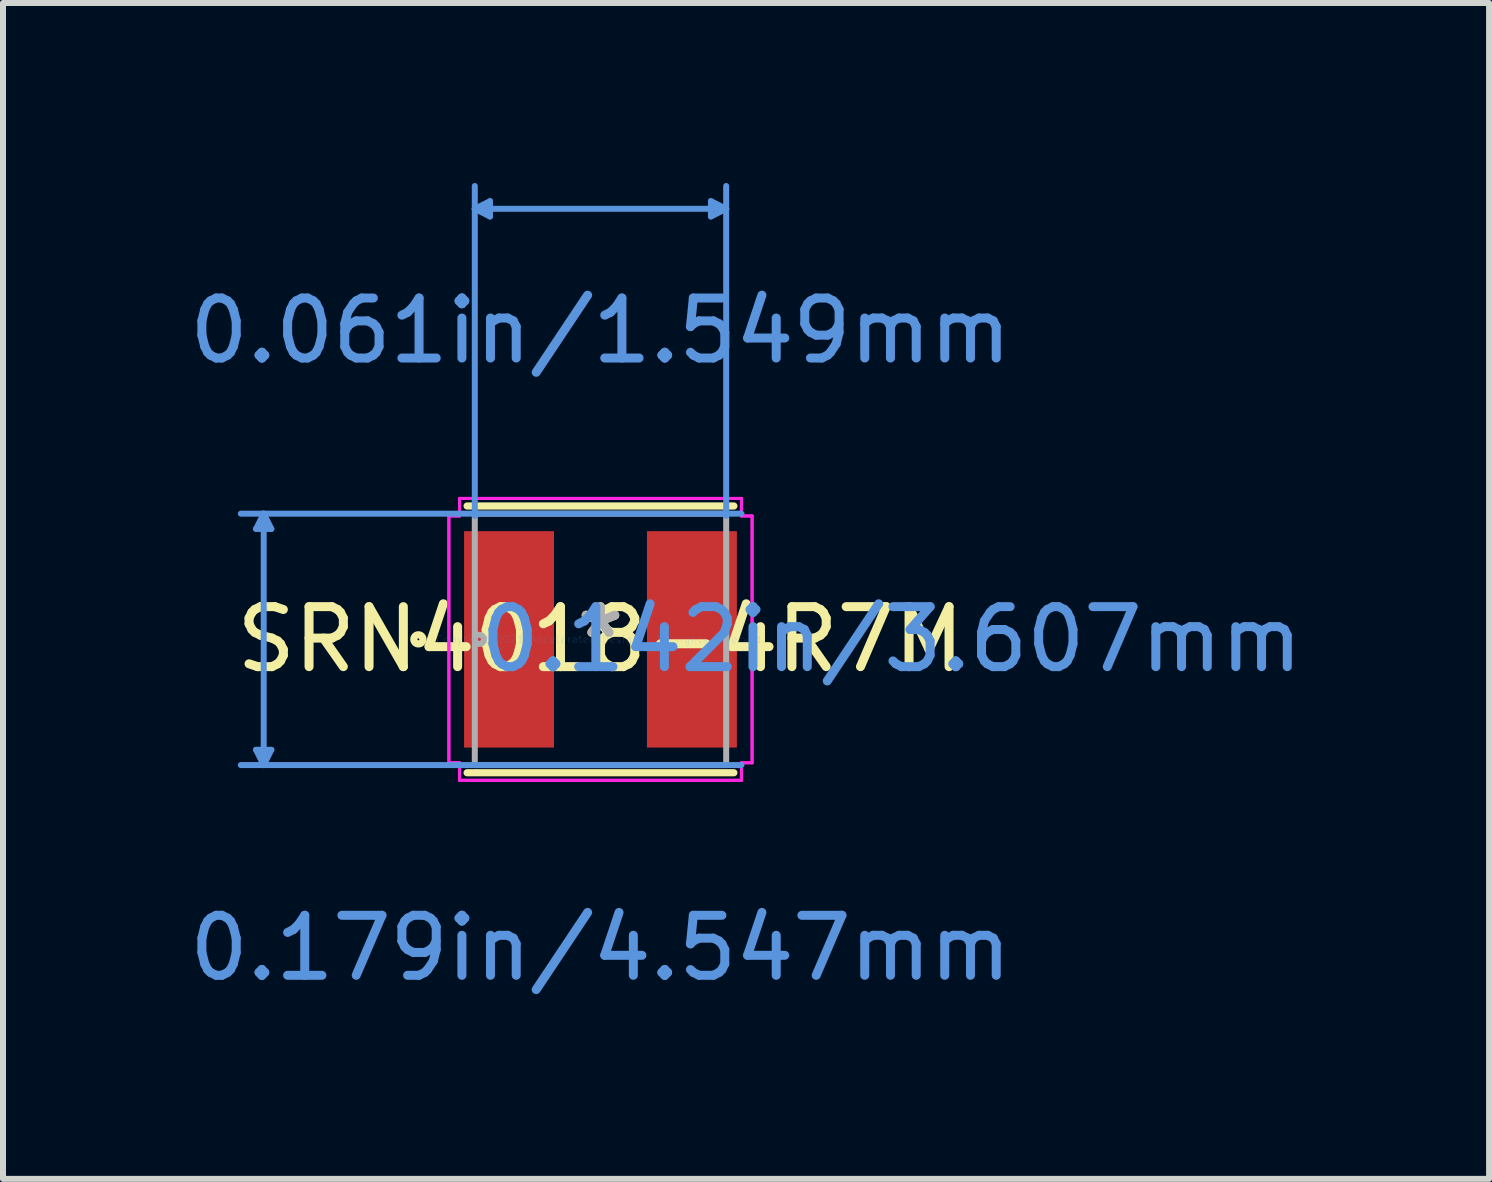
<source format=kicad_pcb>
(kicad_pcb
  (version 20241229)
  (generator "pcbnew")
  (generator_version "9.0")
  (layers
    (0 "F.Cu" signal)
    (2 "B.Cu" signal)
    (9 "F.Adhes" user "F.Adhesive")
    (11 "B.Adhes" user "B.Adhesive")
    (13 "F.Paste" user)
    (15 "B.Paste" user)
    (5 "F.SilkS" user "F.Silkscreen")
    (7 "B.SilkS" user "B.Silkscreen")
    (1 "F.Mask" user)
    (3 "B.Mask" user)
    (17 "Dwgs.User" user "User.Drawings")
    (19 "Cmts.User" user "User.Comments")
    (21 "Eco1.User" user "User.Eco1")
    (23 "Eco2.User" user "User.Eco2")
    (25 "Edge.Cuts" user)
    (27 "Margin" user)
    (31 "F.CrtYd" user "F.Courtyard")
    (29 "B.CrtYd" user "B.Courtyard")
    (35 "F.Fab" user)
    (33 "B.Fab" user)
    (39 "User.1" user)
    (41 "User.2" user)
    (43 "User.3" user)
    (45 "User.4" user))
  (footprint "SRN4018-4R7M"
    (layer "F.Cu")
    (at 6.958 7.606)
    (property "Reference" "SRN4018-4R7M" (at 0 0 0) (layer "F.SilkS") (effects (font (size 1 1) (thickness 0.15))))
    (attr through_hole)
    (fp_line (start -2.223 2.223) (end 2.223 2.223) (stroke (width 0.12) (type solid)) (layer "F.SilkS"))
    (fp_line (start 2.223 -2.223) (end -2.223 -2.223) (stroke (width 0.12) (type solid)) (layer "F.SilkS"))
    (fp_circle (center -3.035 0) (end -2.959 0) (stroke (width 0.12) (type solid)) (fill no) (layer "F.SilkS"))
    (fp_line (start -5.74 -1.841) (end -5.486 -1.841) (stroke (width 0.1) (type solid)) (layer "Cmts.User"))
    (fp_line (start -5.74 1.841) (end -5.486 1.841) (stroke (width 0.1) (type solid)) (layer "Cmts.User"))
    (fp_line (start -5.613 -2.095) (end -5.74 -1.841) (stroke (width 0.1) (type solid)) (layer "Cmts.User"))
    (fp_line (start -5.613 -2.095) (end -5.613 2.095) (stroke (width 0.1) (type solid)) (layer "Cmts.User"))
    (fp_line (start -5.613 -2.095) (end -5.486 -1.841) (stroke (width 0.1) (type solid)) (layer "Cmts.User"))
    (fp_line (start -5.613 2.095) (end -5.74 1.841) (stroke (width 0.1) (type solid)) (layer "Cmts.User"))
    (fp_line (start -5.613 2.095) (end -5.486 1.841) (stroke (width 0.1) (type solid)) (layer "Cmts.User"))
    (fp_line (start -2.095 -7.176) (end -1.841 -7.303) (stroke (width 0.1) (type solid)) (layer "Cmts.User"))
    (fp_line (start -2.095 -7.176) (end -1.841 -7.048) (stroke (width 0.1) (type solid)) (layer "Cmts.User"))
    (fp_line (start -2.095 -7.176) (end 2.095 -7.176) (stroke (width 0.1) (type solid)) (layer "Cmts.User"))
    (fp_line (start -2.095 -2.057) (end -2.095 -7.556) (stroke (width 0.1) (type solid)) (layer "Cmts.User"))
    (fp_line (start -1.841 -7.303) (end -1.841 -7.048) (stroke (width 0.1) (type solid)) (layer "Cmts.User"))
    (fp_line (start 1.841 -7.303) (end 1.841 -7.048) (stroke (width 0.1) (type solid)) (layer "Cmts.User"))
    (fp_line (start 2.095 -7.176) (end 1.841 -7.303) (stroke (width 0.1) (type solid)) (layer "Cmts.User"))
    (fp_line (start 2.095 -7.176) (end 1.841 -7.048) (stroke (width 0.1) (type solid)) (layer "Cmts.User"))
    (fp_line (start 2.095 -2.057) (end 2.095 -7.556) (stroke (width 0.1) (type solid)) (layer "Cmts.User"))
    (fp_line (start 2.349 -2.095) (end -5.994 -2.095) (stroke (width 0.1) (type solid)) (layer "Cmts.User"))
    (fp_line (start 2.349 2.095) (end -5.994 2.095) (stroke (width 0.1) (type solid)) (layer "Cmts.User"))
    (fp_line (start -2.527 -2.057) (end -2.349 -2.057) (stroke (width 0.05) (type solid)) (layer "F.CrtYd"))
    (fp_line (start -2.527 -2.057) (end -2.349 -2.057) (stroke (width 0.05) (type solid)) (layer "F.CrtYd"))
    (fp_line (start -2.527 2.057) (end -2.527 -2.057) (stroke (width 0.05) (type solid)) (layer "F.CrtYd"))
    (fp_line (start -2.527 2.057) (end -2.527 -2.057) (stroke (width 0.05) (type solid)) (layer "F.CrtYd"))
    (fp_line (start -2.349 -2.349) (end 2.349 -2.349) (stroke (width 0.05) (type solid)) (layer "F.CrtYd"))
    (fp_line (start -2.349 -2.349) (end 2.349 -2.349) (stroke (width 0.05) (type solid)) (layer "F.CrtYd"))
    (fp_line (start -2.349 -2.057) (end -2.349 -2.349) (stroke (width 0.05) (type solid)) (layer "F.CrtYd"))
    (fp_line (start -2.349 -2.057) (end -2.349 -2.349) (stroke (width 0.05) (type solid)) (layer "F.CrtYd"))
    (fp_line (start -2.349 2.057) (end -2.527 2.057) (stroke (width 0.05) (type solid)) (layer "F.CrtYd"))
    (fp_line (start -2.349 2.057) (end -2.527 2.057) (stroke (width 0.05) (type solid)) (layer "F.CrtYd"))
    (fp_line (start -2.349 2.349) (end -2.349 2.057) (stroke (width 0.05) (type solid)) (layer "F.CrtYd"))
    (fp_line (start -2.349 2.349) (end -2.349 2.057) (stroke (width 0.05) (type solid)) (layer "F.CrtYd"))
    (fp_line (start 2.349 -2.349) (end 2.349 -2.057) (stroke (width 0.05) (type solid)) (layer "F.CrtYd"))
    (fp_line (start 2.349 -2.349) (end 2.349 -2.057) (stroke (width 0.05) (type solid)) (layer "F.CrtYd"))
    (fp_line (start 2.349 -2.057) (end 2.527 -2.057) (stroke (width 0.05) (type solid)) (layer "F.CrtYd"))
    (fp_line (start 2.349 -2.057) (end 2.527 -2.057) (stroke (width 0.05) (type solid)) (layer "F.CrtYd"))
    (fp_line (start 2.349 2.057) (end 2.349 2.349) (stroke (width 0.05) (type solid)) (layer "F.CrtYd"))
    (fp_line (start 2.349 2.057) (end 2.349 2.349) (stroke (width 0.05) (type solid)) (layer "F.CrtYd"))
    (fp_line (start 2.349 2.349) (end -2.349 2.349) (stroke (width 0.05) (type solid)) (layer "F.CrtYd"))
    (fp_line (start 2.349 2.349) (end -2.349 2.349) (stroke (width 0.05) (type solid)) (layer "F.CrtYd"))
    (fp_line (start 2.527 -2.057) (end 2.527 2.057) (stroke (width 0.05) (type solid)) (layer "F.CrtYd"))
    (fp_line (start 2.527 -2.057) (end 2.527 2.057) (stroke (width 0.05) (type solid)) (layer "F.CrtYd"))
    (fp_line (start 2.527 2.057) (end 2.349 2.057) (stroke (width 0.05) (type solid)) (layer "F.CrtYd"))
    (fp_line (start 2.527 2.057) (end 2.349 2.057) (stroke (width 0.05) (type solid)) (layer "F.CrtYd"))
    (fp_line (start -2.095 -2.095) (end -2.095 2.095) (stroke (width 0.1) (type solid)) (layer "F.Fab"))
    (fp_line (start -2.095 2.095) (end 2.095 2.095) (stroke (width 0.1) (type solid)) (layer "F.Fab"))
    (fp_line (start 2.095 -2.095) (end -2.095 -2.095) (stroke (width 0.1) (type solid)) (layer "F.Fab"))
    (fp_line (start 2.095 2.095) (end 2.095 -2.095) (stroke (width 0.1) (type solid)) (layer "F.Fab"))
    (fp_circle (center -2.019 0) (end -1.943 0) (stroke (width 0.1) (type solid)) (fill no) (layer "F.Fab"))
    (fp_text user "*" (at 0 0 0) (layer "F.SilkS") (effects (font (size 1 1) (thickness 0.15))))
    (fp_text user "0.179in/4.547mm" (at 0 5.144 0) (layer "Cmts.User") (effects (font (size 1 1) (thickness 0.15))))
    (fp_text user "Copyright 2021 Accelerated Designs. All rights reserved." (at 0 0 0) (layer "Cmts.User") (effects (font (size 0.127 0.127) (thickness 0.002))))
    (fp_text user "0.142in/3.607mm" (at 4.851 0 0) (layer "Cmts.User") (effects (font (size 1 1) (thickness 0.15))))
    (fp_text user "0.061in/1.549mm" (at 0 -5.144 0) (layer "Cmts.User") (effects (font (size 1 1) (thickness 0.15))))
    (fp_text user "*" (at 0 0 0) (layer "F.Fab") (effects (font (size 1 1) (thickness 0.15))))
    (pad "1" smd rect (at -1.524 0) (size 1.499 3.607) (layers "F.Cu" "F.Mask" "F.Paste"))
    (pad "2" smd rect (at 1.524 0) (size 1.499 3.607) (layers "F.Cu" "F.Mask" "F.Paste")))
  (gr_rect
    (start -3 -3)
    (end 21.768 16.598)
    (stroke (width 0.1) (type default))
    (fill no)
    (layer "Edge.Cuts")))
</source>
